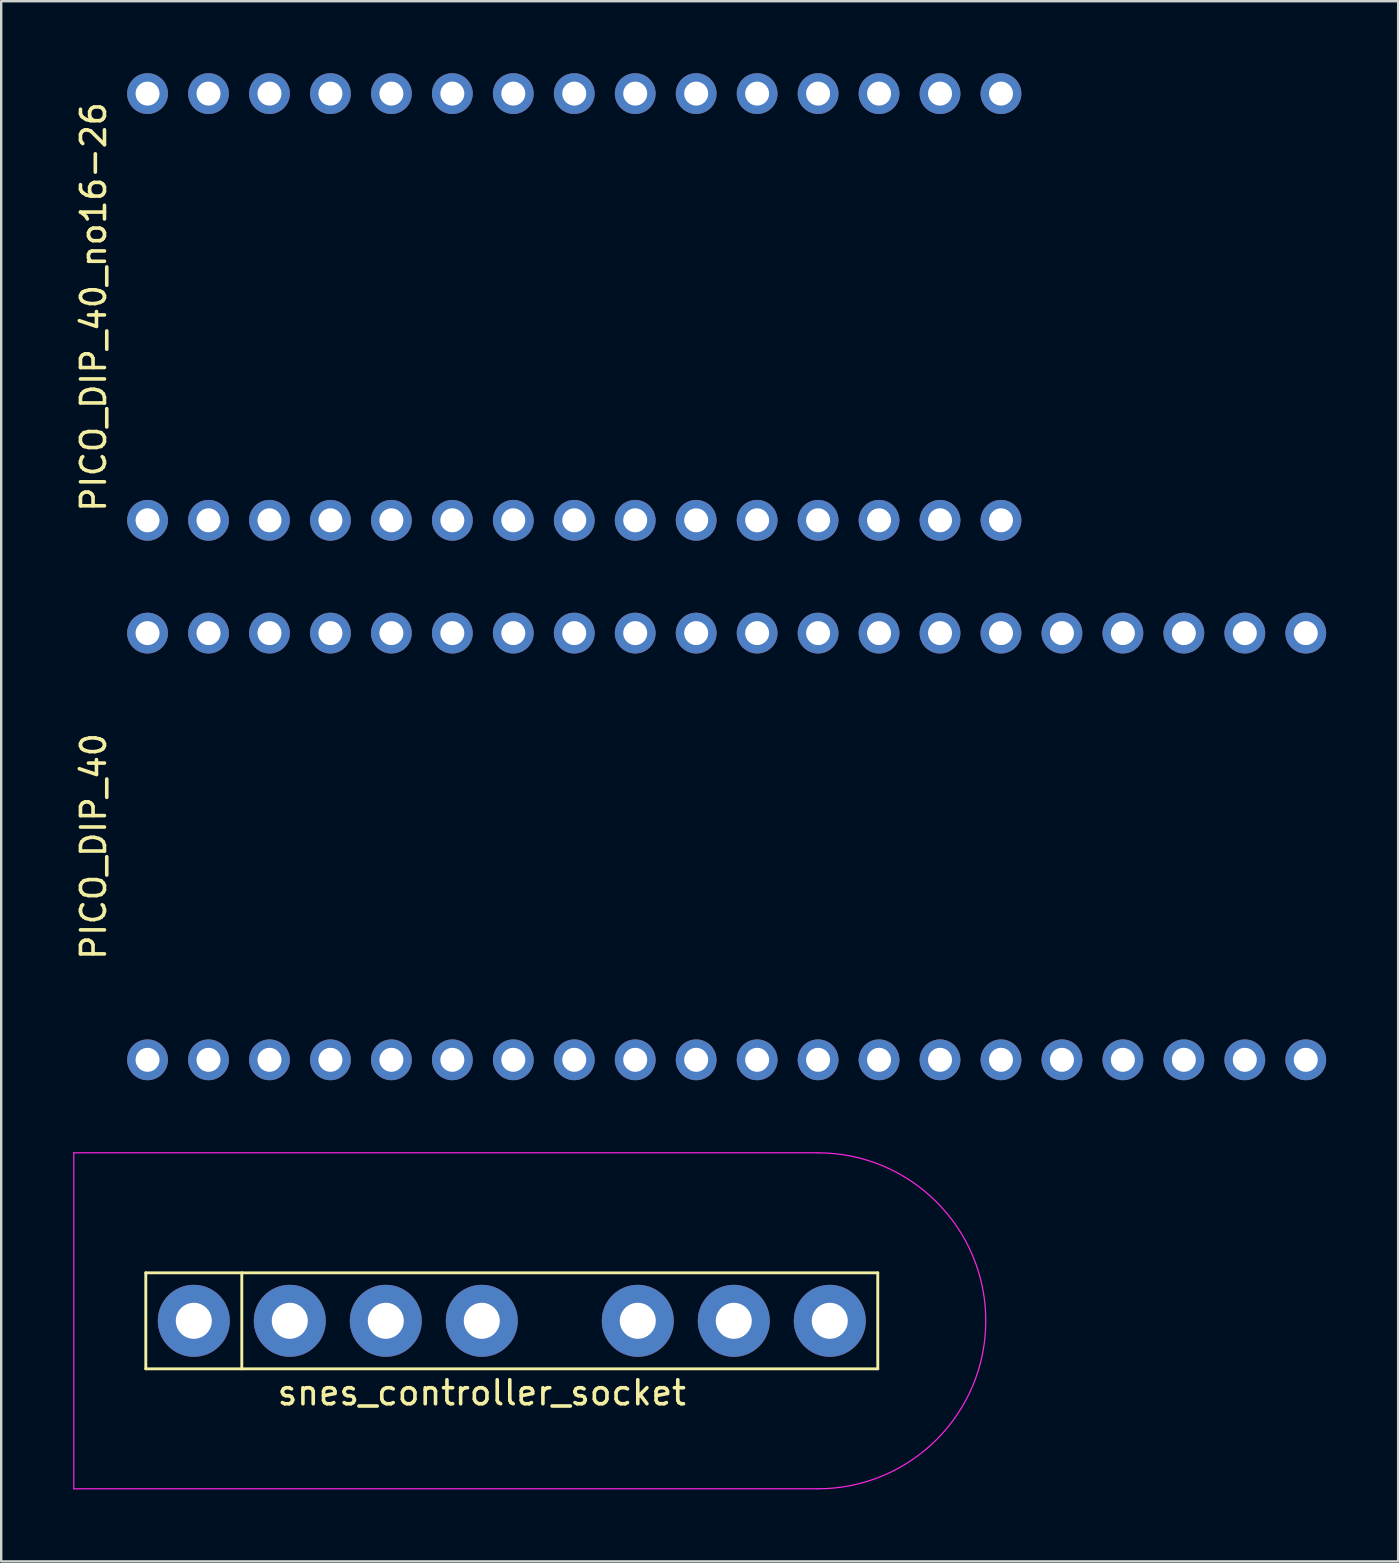
<source format=kicad_pcb>
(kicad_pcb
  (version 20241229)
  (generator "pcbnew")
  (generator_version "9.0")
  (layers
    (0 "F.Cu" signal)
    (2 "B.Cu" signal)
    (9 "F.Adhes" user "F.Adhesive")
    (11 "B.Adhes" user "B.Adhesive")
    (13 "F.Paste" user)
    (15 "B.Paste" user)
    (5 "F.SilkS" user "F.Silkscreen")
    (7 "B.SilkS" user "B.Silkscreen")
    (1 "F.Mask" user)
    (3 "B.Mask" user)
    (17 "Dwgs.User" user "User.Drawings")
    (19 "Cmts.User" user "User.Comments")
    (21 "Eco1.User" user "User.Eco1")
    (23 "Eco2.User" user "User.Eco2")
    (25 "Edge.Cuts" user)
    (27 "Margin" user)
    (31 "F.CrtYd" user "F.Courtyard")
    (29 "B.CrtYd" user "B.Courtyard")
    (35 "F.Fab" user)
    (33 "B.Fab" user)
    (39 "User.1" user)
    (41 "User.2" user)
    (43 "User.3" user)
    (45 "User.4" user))
  (footprint "PICO_DIP_40_no16-26"
    (layer "F.Cu")
    (at 27.228 9.74)
    (property "Reference" "PICO_DIP_40_no16-26" (at -26.38 0 90) (layer "F.SilkS") (effects (font (size 1 1) (thickness 0.15))))
    (attr through_hole)
    (pad "1" thru_hole circle (at -24.13 8.89) (size 1.7 1.7) (drill 1) (layers "*.Cu" "*.Mask"))
    (pad "2" thru_hole circle (at -21.59 8.89) (size 1.7 1.7) (drill 1) (layers "*.Cu" "*.Mask"))
    (pad "3" thru_hole circle (at -19.05 8.89) (size 1.7 1.7) (drill 1) (layers "*.Cu" "*.Mask"))
    (pad "4" thru_hole circle (at -16.51 8.89) (size 1.7 1.7) (drill 1) (layers "*.Cu" "*.Mask"))
    (pad "5" thru_hole circle (at -13.97 8.89) (size 1.7 1.7) (drill 1) (layers "*.Cu" "*.Mask"))
    (pad "6" thru_hole circle (at -11.43 8.89) (size 1.7 1.7) (drill 1) (layers "*.Cu" "*.Mask"))
    (pad "7" thru_hole circle (at -8.89 8.89) (size 1.7 1.7) (drill 1) (layers "*.Cu" "*.Mask"))
    (pad "8" thru_hole circle (at -6.35 8.89) (size 1.7 1.7) (drill 1) (layers "*.Cu" "*.Mask"))
    (pad "9" thru_hole circle (at -3.81 8.89) (size 1.7 1.7) (drill 1) (layers "*.Cu" "*.Mask"))
    (pad "10" thru_hole circle (at -1.27 8.89) (size 1.7 1.7) (drill 1) (layers "*.Cu" "*.Mask"))
    (pad "11" thru_hole circle (at 1.27 8.89) (size 1.7 1.7) (drill 1) (layers "*.Cu" "*.Mask"))
    (pad "12" thru_hole circle (at 3.81 8.89) (size 1.7 1.7) (drill 1) (layers "*.Cu" "*.Mask"))
    (pad "13" thru_hole circle (at 6.35 8.89) (size 1.7 1.7) (drill 1) (layers "*.Cu" "*.Mask"))
    (pad "14" thru_hole circle (at 8.89 8.89) (size 1.7 1.7) (drill 1) (layers "*.Cu" "*.Mask"))
    (pad "15" thru_hole circle (at 11.43 8.89) (size 1.7 1.7) (drill 1) (layers "*.Cu" "*.Mask"))
    (pad "26" thru_hole circle (at 11.43 -8.89) (size 1.7 1.7) (drill 1) (layers "*.Cu" "*.Mask"))
    (pad "27" thru_hole circle (at 8.89 -8.89) (size 1.7 1.7) (drill 1) (layers "*.Cu" "*.Mask"))
    (pad "28" thru_hole circle (at 6.35 -8.89) (size 1.7 1.7) (drill 1) (layers "*.Cu" "*.Mask"))
    (pad "29" thru_hole circle (at 3.81 -8.89) (size 1.7 1.7) (drill 1) (layers "*.Cu" "*.Mask"))
    (pad "30" thru_hole circle (at 1.27 -8.89) (size 1.7 1.7) (drill 1) (layers "*.Cu" "*.Mask"))
    (pad "31" thru_hole circle (at -1.27 -8.89) (size 1.7 1.7) (drill 1) (layers "*.Cu" "*.Mask"))
    (pad "32" thru_hole circle (at -3.81 -8.89) (size 1.7 1.7) (drill 1) (layers "*.Cu" "*.Mask"))
    (pad "33" thru_hole circle (at -6.35 -8.89) (size 1.7 1.7) (drill 1) (layers "*.Cu" "*.Mask"))
    (pad "34" thru_hole circle (at -8.89 -8.89) (size 1.7 1.7) (drill 1) (layers "*.Cu" "*.Mask"))
    (pad "35" thru_hole circle (at -11.43 -8.89) (size 1.7 1.7) (drill 1) (layers "*.Cu" "*.Mask"))
    (pad "36" thru_hole circle (at -13.97 -8.89) (size 1.7 1.7) (drill 1) (layers "*.Cu" "*.Mask"))
    (pad "37" thru_hole circle (at -16.51 -8.89) (size 1.7 1.7) (drill 1) (layers "*.Cu" "*.Mask"))
    (pad "38" thru_hole circle (at -19.05 -8.89) (size 1.7 1.7) (drill 1) (layers "*.Cu" "*.Mask"))
    (pad "39" thru_hole circle (at -21.59 -8.89) (size 1.7 1.7) (drill 1) (layers "*.Cu" "*.Mask"))
    (pad "40" thru_hole circle (at -24.13 -8.89) (size 1.7 1.7) (drill 1) (layers "*.Cu" "*.Mask")))
  (footprint "PICO_DIP_40"
    (layer "F.Cu")
    (at 27.228 32.22)
    (property "Reference" "PICO_DIP_40" (at -26.38 0 90) (layer "F.SilkS") (effects (font (size 1 1) (thickness 0.15))))
    (attr through_hole)
    (pad "1" thru_hole circle (at -24.13 8.89) (size 1.7 1.7) (drill 1) (layers "*.Cu" "*.Mask"))
    (pad "2" thru_hole circle (at -21.59 8.89) (size 1.7 1.7) (drill 1) (layers "*.Cu" "*.Mask"))
    (pad "3" thru_hole circle (at -19.05 8.89) (size 1.7 1.7) (drill 1) (layers "*.Cu" "*.Mask"))
    (pad "4" thru_hole circle (at -16.51 8.89) (size 1.7 1.7) (drill 1) (layers "*.Cu" "*.Mask"))
    (pad "5" thru_hole circle (at -13.97 8.89) (size 1.7 1.7) (drill 1) (layers "*.Cu" "*.Mask"))
    (pad "6" thru_hole circle (at -11.43 8.89) (size 1.7 1.7) (drill 1) (layers "*.Cu" "*.Mask"))
    (pad "7" thru_hole circle (at -8.89 8.89) (size 1.7 1.7) (drill 1) (layers "*.Cu" "*.Mask"))
    (pad "8" thru_hole circle (at -6.35 8.89) (size 1.7 1.7) (drill 1) (layers "*.Cu" "*.Mask"))
    (pad "9" thru_hole circle (at -3.81 8.89) (size 1.7 1.7) (drill 1) (layers "*.Cu" "*.Mask"))
    (pad "10" thru_hole circle (at -1.27 8.89) (size 1.7 1.7) (drill 1) (layers "*.Cu" "*.Mask"))
    (pad "11" thru_hole circle (at 1.27 8.89) (size 1.7 1.7) (drill 1) (layers "*.Cu" "*.Mask"))
    (pad "12" thru_hole circle (at 3.81 8.89) (size 1.7 1.7) (drill 1) (layers "*.Cu" "*.Mask"))
    (pad "13" thru_hole circle (at 6.35 8.89) (size 1.7 1.7) (drill 1) (layers "*.Cu" "*.Mask"))
    (pad "14" thru_hole circle (at 8.89 8.89) (size 1.7 1.7) (drill 1) (layers "*.Cu" "*.Mask"))
    (pad "15" thru_hole circle (at 11.43 8.89) (size 1.7 1.7) (drill 1) (layers "*.Cu" "*.Mask"))
    (pad "16" thru_hole circle (at 13.97 8.89) (size 1.7 1.7) (drill 1) (layers "*.Cu" "*.Mask"))
    (pad "17" thru_hole circle (at 16.51 8.89) (size 1.7 1.7) (drill 1) (layers "*.Cu" "*.Mask"))
    (pad "18" thru_hole circle (at 19.05 8.89) (size 1.7 1.7) (drill 1) (layers "*.Cu" "*.Mask"))
    (pad "19" thru_hole circle (at 21.59 8.89) (size 1.7 1.7) (drill 1) (layers "*.Cu" "*.Mask"))
    (pad "20" thru_hole circle (at 24.13 8.89) (size 1.7 1.7) (drill 1) (layers "*.Cu" "*.Mask"))
    (pad "21" thru_hole circle (at 24.13 -8.89) (size 1.7 1.7) (drill 1) (layers "*.Cu" "*.Mask"))
    (pad "22" thru_hole circle (at 21.59 -8.89) (size 1.7 1.7) (drill 1) (layers "*.Cu" "*.Mask"))
    (pad "23" thru_hole circle (at 19.05 -8.89) (size 1.7 1.7) (drill 1) (layers "*.Cu" "*.Mask"))
    (pad "24" thru_hole circle (at 16.51 -8.89) (size 1.7 1.7) (drill 1) (layers "*.Cu" "*.Mask"))
    (pad "25" thru_hole circle (at 13.97 -8.89) (size 1.7 1.7) (drill 1) (layers "*.Cu" "*.Mask"))
    (pad "26" thru_hole circle (at 11.43 -8.89) (size 1.7 1.7) (drill 1) (layers "*.Cu" "*.Mask"))
    (pad "27" thru_hole circle (at 8.89 -8.89) (size 1.7 1.7) (drill 1) (layers "*.Cu" "*.Mask"))
    (pad "28" thru_hole circle (at 6.35 -8.89) (size 1.7 1.7) (drill 1) (layers "*.Cu" "*.Mask"))
    (pad "29" thru_hole circle (at 3.81 -8.89) (size 1.7 1.7) (drill 1) (layers "*.Cu" "*.Mask"))
    (pad "30" thru_hole circle (at 1.27 -8.89) (size 1.7 1.7) (drill 1) (layers "*.Cu" "*.Mask"))
    (pad "31" thru_hole circle (at -1.27 -8.89) (size 1.7 1.7) (drill 1) (layers "*.Cu" "*.Mask"))
    (pad "32" thru_hole circle (at -3.81 -8.89) (size 1.7 1.7) (drill 1) (layers "*.Cu" "*.Mask"))
    (pad "33" thru_hole circle (at -6.35 -8.89) (size 1.7 1.7) (drill 1) (layers "*.Cu" "*.Mask"))
    (pad "34" thru_hole circle (at -8.89 -8.89) (size 1.7 1.7) (drill 1) (layers "*.Cu" "*.Mask"))
    (pad "35" thru_hole circle (at -11.43 -8.89) (size 1.7 1.7) (drill 1) (layers "*.Cu" "*.Mask"))
    (pad "36" thru_hole circle (at -13.97 -8.89) (size 1.7 1.7) (drill 1) (layers "*.Cu" "*.Mask"))
    (pad "37" thru_hole circle (at -16.51 -8.89) (size 1.7 1.7) (drill 1) (layers "*.Cu" "*.Mask"))
    (pad "38" thru_hole circle (at -19.05 -8.89) (size 1.7 1.7) (drill 1) (layers "*.Cu" "*.Mask"))
    (pad "39" thru_hole circle (at -21.59 -8.89) (size 1.7 1.7) (drill 1) (layers "*.Cu" "*.Mask"))
    (pad "40" thru_hole circle (at -24.13 -8.89) (size 1.7 1.7) (drill 1) (layers "*.Cu" "*.Mask")))
  (footprint "snes_controller_socket"
    (layer "F.Cu")
    (at 17.025 51.985)
    (property "Reference" "snes_controller_socket" (at 0 3 0) (layer "F.SilkS") (effects (font (size 1 1) (thickness 0.15))))
    (attr through_hole)
    (fp_line (start -14 -2) (end 16.5 -2) (stroke (width 0.12) (type default)) (layer "F.SilkS"))
    (fp_line (start -14 2) (end -14 -2) (stroke (width 0.12) (type default)) (layer "F.SilkS"))
    (fp_line (start -10 -2) (end -10 2) (stroke (width 0.12) (type default)) (layer "F.SilkS"))
    (fp_line (start 16.5 -2) (end 16.5 2) (stroke (width 0.12) (type default)) (layer "F.SilkS"))
    (fp_line (start 16.5 2) (end -14 2) (stroke (width 0.12) (type default)) (layer "F.SilkS"))
    (fp_line (start -17 -7) (end 14 -7) (stroke (width 0.05) (type default)) (layer "F.CrtYd"))
    (fp_line (start -17 7) (end -17 -7) (stroke (width 0.05) (type default)) (layer "F.CrtYd"))
    (fp_line (start 14 7) (end -17 7) (stroke (width 0.05) (type default)) (layer "F.CrtYd"))
    (fp_arc (start 14 -7) (mid 21 0) (end 14 7) (stroke (width 0.05) (type default)) (layer "F.CrtYd"))
    (pad "1" thru_hole circle (at -12 0) (size 3 3) (drill 1.5) (layers "*.Cu" "*.Mask"))
    (pad "2" thru_hole circle (at -8 0) (size 3 3) (drill 1.5) (layers "*.Cu" "*.Mask"))
    (pad "3" thru_hole circle (at -4 0) (size 3 3) (drill 1.5) (layers "*.Cu" "*.Mask"))
    (pad "4" thru_hole circle (at 0 0) (size 3 3) (drill 1.5) (layers "*.Cu" "*.Mask"))
    (pad "5" thru_hole circle (at 6.5 0) (size 3 3) (drill 1.5) (layers "*.Cu" "*.Mask"))
    (pad "6" thru_hole circle (at 10.5 0) (size 3 3) (drill 1.5) (layers "*.Cu" "*.Mask"))
    (pad "7" thru_hole circle (at 14.5 0) (size 3 3) (drill 1.5) (layers "*.Cu" "*.Mask")))
  (gr_rect
    (start -3 -3)
    (end 55.208 62.01)
    (stroke (width 0.1) (type default))
    (fill no)
    (layer "Edge.Cuts")))
</source>
